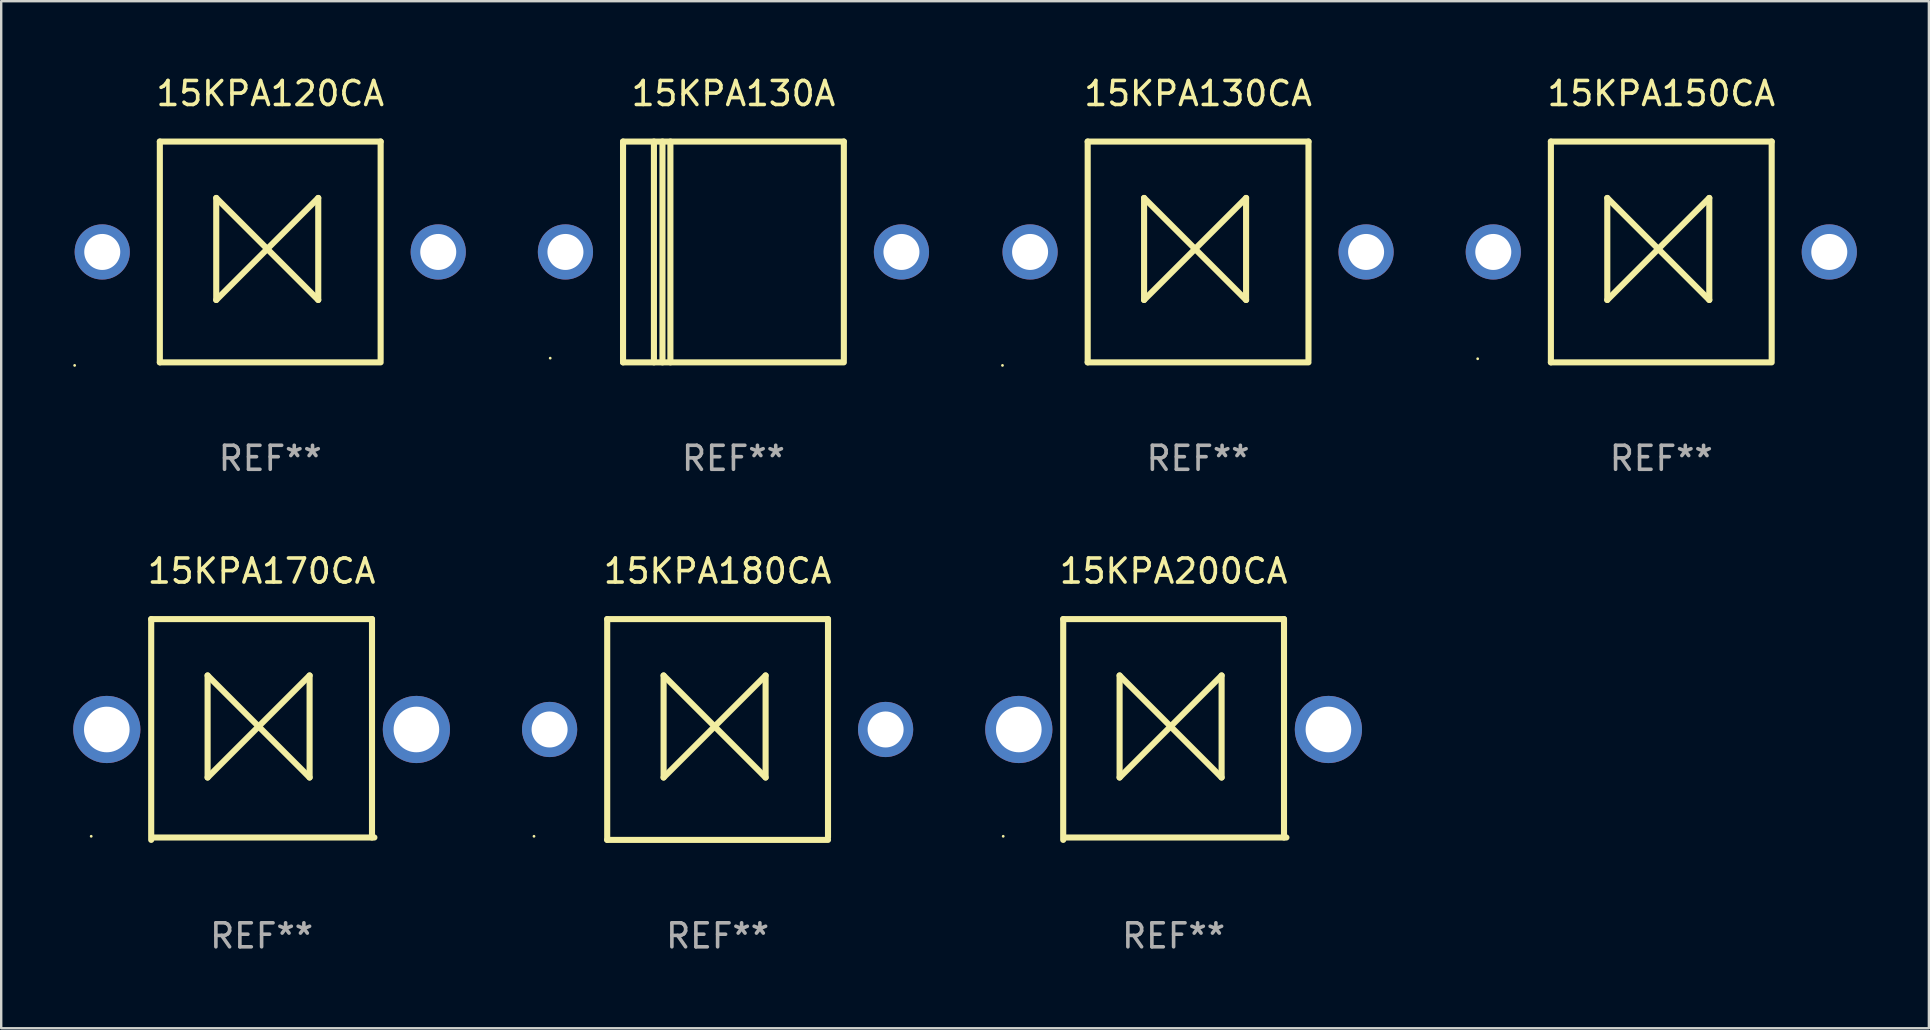
<source format=kicad_pcb>
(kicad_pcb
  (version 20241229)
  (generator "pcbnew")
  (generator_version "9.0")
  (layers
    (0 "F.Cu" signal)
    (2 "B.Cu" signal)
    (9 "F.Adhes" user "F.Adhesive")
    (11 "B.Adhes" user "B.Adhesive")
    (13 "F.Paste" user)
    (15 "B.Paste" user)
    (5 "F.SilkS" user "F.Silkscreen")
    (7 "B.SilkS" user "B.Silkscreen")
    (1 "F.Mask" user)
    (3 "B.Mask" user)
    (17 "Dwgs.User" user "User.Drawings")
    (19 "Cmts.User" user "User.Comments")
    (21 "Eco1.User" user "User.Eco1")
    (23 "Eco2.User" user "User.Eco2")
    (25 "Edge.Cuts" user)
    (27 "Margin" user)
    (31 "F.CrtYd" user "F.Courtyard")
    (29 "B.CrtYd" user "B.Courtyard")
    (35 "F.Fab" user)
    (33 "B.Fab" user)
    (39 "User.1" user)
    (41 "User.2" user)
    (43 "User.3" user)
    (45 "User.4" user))
  (footprint "15KPA200CA"
    (layer "F.Cu")
    (at 45.85 27.345)
    (property "Reference" "15KPA200CA" (at 0 -6.6 0) (layer "F.SilkS") (effects (font (size 1 1) (thickness 0.15))))
    (attr through_hole)
    (fp_line (start -4.6 -4.6) (end -4.6 4.6) (stroke (width 0.254) (type solid)) (layer "F.SilkS"))
    (fp_line (start -4.6 -4.6) (end 4.6 -4.6) (stroke (width 0.254) (type solid)) (layer "F.SilkS"))
    (fp_line (start -4.5 4.5) (end 4.7 4.5) (stroke (width 0.254) (type solid)) (layer "F.SilkS"))
    (fp_line (start -2.25 -2.25) (end -2.25 2) (stroke (width 0.254) (type solid)) (layer "F.SilkS"))
    (fp_line (start -2.25 2) (end 2 -2.25) (stroke (width 0.254) (type solid)) (layer "F.SilkS"))
    (fp_line (start 2 -2.25) (end 2 2) (stroke (width 0.254) (type solid)) (layer "F.SilkS"))
    (fp_line (start 2 2) (end -2.25 -2.25) (stroke (width 0.254) (type solid)) (layer "F.SilkS"))
    (fp_line (start 4.6 -4.6) (end 4.6 4.5) (stroke (width 0.254) (type solid)) (layer "F.SilkS"))
    (fp_circle (center -7.1 4.45) (end -7.07 4.45) (stroke (width 0.06) (type solid)) (fill no) (layer "F.SilkS"))
    (fp_text user "REF**" (at 0 8.6 0) (layer "F.Fab") (effects (font (size 1 1) (thickness 0.15))))
    (pad "1" thru_hole circle (at -6.45 0) (size 2.8 2.8) (drill 1.9) (layers "*.Cu" "*.Mask"))
    (pad "2" thru_hole circle (at 6.45 0) (size 2.8 2.8) (drill 1.9) (layers "*.Cu" "*.Mask")))
  (footprint "15KPA120CA"
    (layer "F.Cu")
    (at 8.21 7.448)
    (property "Reference" "15KPA120CA" (at 0 -6.6 0) (layer "F.SilkS") (effects (font (size 1 1) (thickness 0.15))))
    (attr through_hole)
    (fp_line (start -4.6 -4.6) (end -4.6 4.6) (stroke (width 0.254) (type solid)) (layer "F.SilkS"))
    (fp_line (start -4.6 -4.6) (end 4.6 -4.6) (stroke (width 0.254) (type solid)) (layer "F.SilkS"))
    (fp_line (start -4.6 4.6) (end 4.6 4.6) (stroke (width 0.254) (type solid)) (layer "F.SilkS"))
    (fp_line (start -2.25 -2.25) (end -2.25 2) (stroke (width 0.254) (type solid)) (layer "F.SilkS"))
    (fp_line (start -2.25 2) (end 2 -2.25) (stroke (width 0.254) (type solid)) (layer "F.SilkS"))
    (fp_line (start 2 -2.25) (end 2 2) (stroke (width 0.254) (type solid)) (layer "F.SilkS"))
    (fp_line (start 2 2) (end -2.25 -2.25) (stroke (width 0.254) (type solid)) (layer "F.SilkS"))
    (fp_line (start 4.6 -4.6) (end 4.6 4.5) (stroke (width 0.254) (type solid)) (layer "F.SilkS"))
    (fp_circle (center -8.15 4.727) (end -8.12 4.727) (stroke (width 0.06) (type solid)) (fill no) (layer "F.SilkS"))
    (fp_text user "REF**" (at 0 8.6 0) (layer "F.Fab") (effects (font (size 1 1) (thickness 0.15))))
    (pad "1" thru_hole circle (at -7 0) (size 2.3 2.3) (drill 1.5) (layers "*.Cu" "*.Mask"))
    (pad "2" thru_hole circle (at 7 0) (size 2.3 2.3) (drill 1.5) (layers "*.Cu" "*.Mask")))
  (footprint "15KPA150CA"
    (layer "F.Cu")
    (at 66.17 7.448)
    (property "Reference" "15KPA150CA" (at 0 -6.6 0) (layer "F.SilkS") (effects (font (size 1 1) (thickness 0.15))))
    (attr through_hole)
    (fp_line (start -4.6 -4.6) (end -4.6 4.6) (stroke (width 0.254) (type solid)) (layer "F.SilkS"))
    (fp_line (start -4.6 -4.6) (end 4.6 -4.6) (stroke (width 0.254) (type solid)) (layer "F.SilkS"))
    (fp_line (start -4.6 4.6) (end 4.6 4.6) (stroke (width 0.254) (type solid)) (layer "F.SilkS"))
    (fp_line (start -2.25 -2.25) (end -2.25 2) (stroke (width 0.254) (type solid)) (layer "F.SilkS"))
    (fp_line (start -2.25 2) (end 2 -2.25) (stroke (width 0.254) (type solid)) (layer "F.SilkS"))
    (fp_line (start 2 -2.25) (end 2 2) (stroke (width 0.254) (type solid)) (layer "F.SilkS"))
    (fp_line (start 2 2) (end -2.25 -2.25) (stroke (width 0.254) (type solid)) (layer "F.SilkS"))
    (fp_line (start 4.6 -4.6) (end 4.6 4.5) (stroke (width 0.254) (type solid)) (layer "F.SilkS"))
    (fp_circle (center -7.65 4.45) (end -7.62 4.45) (stroke (width 0.06) (type solid)) (fill no) (layer "F.SilkS"))
    (fp_text user "REF**" (at 0 8.6 0) (layer "F.Fab") (effects (font (size 1 1) (thickness 0.15))))
    (pad "1" thru_hole circle (at -7 0) (size 2.3 2.3) (drill 1.5) (layers "*.Cu" "*.Mask"))
    (pad "2" thru_hole circle (at 7 0) (size 2.3 2.3) (drill 1.5) (layers "*.Cu" "*.Mask")))
  (footprint "15KPA130A"
    (layer "F.Cu")
    (at 27.51 7.448)
    (property "Reference" "15KPA130A" (at 0 -6.6 0) (layer "F.SilkS") (effects (font (size 1 1) (thickness 0.15))))
    (attr through_hole)
    (fp_line (start -4.6 -4.6) (end -4.6 4.6) (stroke (width 0.254) (type solid)) (layer "F.SilkS"))
    (fp_line (start -4.6 -4.6) (end 4.6 -4.6) (stroke (width 0.254) (type solid)) (layer "F.SilkS"))
    (fp_line (start -4.6 4.6) (end 4.6 4.6) (stroke (width 0.254) (type solid)) (layer "F.SilkS"))
    (fp_line (start -3.313 -4.6) (end -3.313 4.6) (stroke (width 0.254) (type solid)) (layer "F.SilkS"))
    (fp_line (start -2.957 -4.6) (end -2.957 4.6) (stroke (width 0.254) (type solid)) (layer "F.SilkS"))
    (fp_line (start -2.627 -4.6) (end -2.627 4.6) (stroke (width 0.254) (type solid)) (layer "F.SilkS"))
    (fp_line (start 4.6 -4.6) (end 4.6 4.5) (stroke (width 0.254) (type solid)) (layer "F.SilkS"))
    (fp_circle (center -7.635 4.425) (end -7.605 4.425) (stroke (width 0.06) (type solid)) (fill no) (layer "F.SilkS"))
    (fp_text user "REF**" (at 0 8.6 0) (layer "F.Fab") (effects (font (size 1 1) (thickness 0.15))))
    (pad "1" thru_hole circle (at -7 0) (size 2.3 2.3) (drill 1.5) (layers "*.Cu" "*.Mask"))
    (pad "2" thru_hole circle (at 7 0) (size 2.3 2.3) (drill 1.5) (layers "*.Cu" "*.Mask")))
  (footprint "15KPA130CA"
    (layer "F.Cu")
    (at 46.87 7.448)
    (property "Reference" "15KPA130CA" (at 0 -6.6 0) (layer "F.SilkS") (effects (font (size 1 1) (thickness 0.15))))
    (attr through_hole)
    (fp_line (start -4.6 -4.6) (end -4.6 4.6) (stroke (width 0.254) (type solid)) (layer "F.SilkS"))
    (fp_line (start -4.6 -4.6) (end 4.6 -4.6) (stroke (width 0.254) (type solid)) (layer "F.SilkS"))
    (fp_line (start -4.6 4.6) (end 4.6 4.6) (stroke (width 0.254) (type solid)) (layer "F.SilkS"))
    (fp_line (start -2.25 -2.25) (end -2.25 2) (stroke (width 0.254) (type solid)) (layer "F.SilkS"))
    (fp_line (start -2.25 2) (end 2 -2.25) (stroke (width 0.254) (type solid)) (layer "F.SilkS"))
    (fp_line (start 2 -2.25) (end 2 2) (stroke (width 0.254) (type solid)) (layer "F.SilkS"))
    (fp_line (start 2 2) (end -2.25 -2.25) (stroke (width 0.254) (type solid)) (layer "F.SilkS"))
    (fp_line (start 4.6 -4.6) (end 4.6 4.5) (stroke (width 0.254) (type solid)) (layer "F.SilkS"))
    (fp_circle (center -8.15 4.727) (end -8.12 4.727) (stroke (width 0.06) (type solid)) (fill no) (layer "F.SilkS"))
    (fp_text user "REF**" (at 0 8.6 0) (layer "F.Fab") (effects (font (size 1 1) (thickness 0.15))))
    (pad "1" thru_hole circle (at -7 0) (size 2.3 2.3) (drill 1.5) (layers "*.Cu" "*.Mask"))
    (pad "2" thru_hole circle (at 7 0) (size 2.3 2.3) (drill 1.5) (layers "*.Cu" "*.Mask")))
  (footprint "15KPA170CA"
    (layer "F.Cu")
    (at 7.85 27.345)
    (property "Reference" "15KPA170CA" (at 0 -6.6 0) (layer "F.SilkS") (effects (font (size 1 1) (thickness 0.15))))
    (attr through_hole)
    (fp_line (start -4.6 -4.6) (end -4.6 4.6) (stroke (width 0.254) (type solid)) (layer "F.SilkS"))
    (fp_line (start -4.6 -4.6) (end 4.6 -4.6) (stroke (width 0.254) (type solid)) (layer "F.SilkS"))
    (fp_line (start -4.5 4.5) (end 4.7 4.5) (stroke (width 0.254) (type solid)) (layer "F.SilkS"))
    (fp_line (start -2.25 -2.25) (end -2.25 2) (stroke (width 0.254) (type solid)) (layer "F.SilkS"))
    (fp_line (start -2.25 2) (end 2 -2.25) (stroke (width 0.254) (type solid)) (layer "F.SilkS"))
    (fp_line (start 2 -2.25) (end 2 2) (stroke (width 0.254) (type solid)) (layer "F.SilkS"))
    (fp_line (start 2 2) (end -2.25 -2.25) (stroke (width 0.254) (type solid)) (layer "F.SilkS"))
    (fp_line (start 4.6 -4.6) (end 4.6 4.5) (stroke (width 0.254) (type solid)) (layer "F.SilkS"))
    (fp_circle (center -7.1 4.45) (end -7.07 4.45) (stroke (width 0.06) (type solid)) (fill no) (layer "F.SilkS"))
    (fp_text user "REF**" (at 0 8.6 0) (layer "F.Fab") (effects (font (size 1 1) (thickness 0.15))))
    (pad "1" thru_hole circle (at -6.45 0) (size 2.8 2.8) (drill 1.9) (layers "*.Cu" "*.Mask"))
    (pad "2" thru_hole circle (at 6.45 0) (size 2.8 2.8) (drill 1.9) (layers "*.Cu" "*.Mask")))
  (footprint "15KPA180CA"
    (layer "F.Cu")
    (at 26.85 27.345)
    (property "Reference" "15KPA180CA" (at 0 -6.6 0) (layer "F.SilkS") (effects (font (size 1 1) (thickness 0.15))))
    (attr through_hole)
    (fp_line (start -4.6 -4.6) (end -4.6 4.6) (stroke (width 0.254) (type solid)) (layer "F.SilkS"))
    (fp_line (start -4.6 -4.6) (end 4.6 -4.6) (stroke (width 0.254) (type solid)) (layer "F.SilkS"))
    (fp_line (start -4.6 4.6) (end 4.6 4.6) (stroke (width 0.254) (type solid)) (layer "F.SilkS"))
    (fp_line (start -2.25 -2.25) (end -2.25 2) (stroke (width 0.254) (type solid)) (layer "F.SilkS"))
    (fp_line (start -2.25 2) (end 2 -2.25) (stroke (width 0.254) (type solid)) (layer "F.SilkS"))
    (fp_line (start 2 -2.25) (end 2 2) (stroke (width 0.254) (type solid)) (layer "F.SilkS"))
    (fp_line (start 2 2) (end -2.25 -2.25) (stroke (width 0.254) (type solid)) (layer "F.SilkS"))
    (fp_line (start 4.6 -4.6) (end 4.6 4.5) (stroke (width 0.254) (type solid)) (layer "F.SilkS"))
    (fp_circle (center -7.65 4.45) (end -7.62 4.45) (stroke (width 0.06) (type solid)) (fill no) (layer "F.SilkS"))
    (fp_text user "REF**" (at 0 8.6 0) (layer "F.Fab") (effects (font (size 1 1) (thickness 0.15))))
    (pad "1" thru_hole circle (at -7 0) (size 2.3 2.3) (drill 1.5) (layers "*.Cu" "*.Mask"))
    (pad "2" thru_hole circle (at 7 0) (size 2.3 2.3) (drill 1.5) (layers "*.Cu" "*.Mask")))
  (gr_rect
    (start -3 -3)
    (end 77.32 39.793)
    (stroke (width 0.1) (type default))
    (fill no)
    (layer "Edge.Cuts")))
</source>
